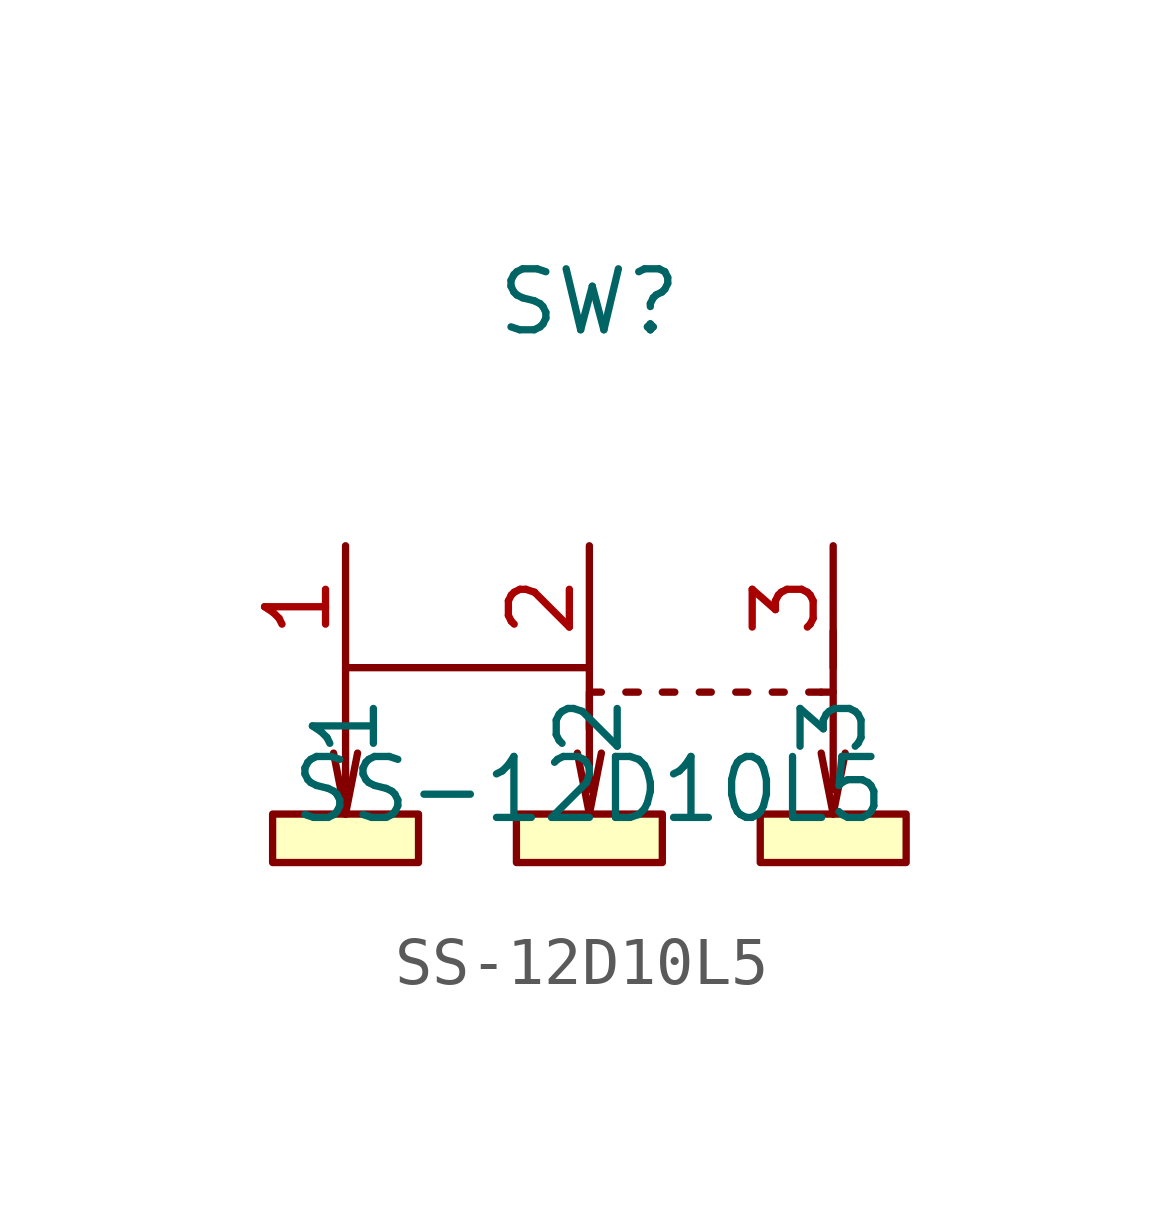
<source format=kicad_sym>
(kicad_symbol_lib
  (version 20241209)
  (generator "kicad_symbol_editor")
  (generator_version "9.0")
  (symbol "SS-12D10L5"
    (property "Reference" "SW"
      (at 0 7.62 0)
      (effects (font (size 1.27 1.27))))
    (property "Value" "SS-12D10L5"
      (at 0 -2.54 0)
      (effects (font (size 1.27 1.27))))
    (symbol "SS-12D10L5_0_1"
      (rectangle (start -6.6 -3.05) (end -3.56 -4.06) (stroke (width 0) (type default)) (fill (type background)))
      (polyline (pts (xy -5.08 -3.05) (xy -5.33 -1.78)) (stroke (width 0) (type default)) (fill (type none)))
      (polyline (pts (xy -5.08 -3.05) (xy -4.83 -1.78)) (stroke (width 0) (type default)) (fill (type none)))
      (polyline (pts (xy -5.08 -3.05) (xy -5.08 0) (xy -2.54 0) (xy 0 0)) (stroke (width 0) (type default)) (fill (type none)))
      (rectangle (start -1.52 -3.05) (end 1.52 -4.06) (stroke (width 0) (type default)) (fill (type background)))
      (polyline (pts (xy 0 0) (xy 0 -1.27)) (stroke (width 0) (type default)) (fill (type none)))
      (polyline (pts (xy 0 -2.54) (xy 0 -0.51) (xy 0.25 -0.51)) (stroke (width 0) (type default)) (fill (type none)))
      (polyline (pts (xy 0 -3.05) (xy -0.25 -1.78)) (stroke (width 0) (type default)) (fill (type none)))
      (polyline (pts (xy 0 -3.05) (xy 0.25 -1.78)) (stroke (width 0) (type default)) (fill (type none)))
      (polyline (pts (xy 0.76 -0.51) (xy 1.02 -0.51)) (stroke (width 0) (type default)) (fill (type none)))
      (polyline (pts (xy 1.52 -0.51) (xy 1.78 -0.51)) (stroke (width 0) (type default)) (fill (type none)))
      (polyline (pts (xy 2.29 -0.51) (xy 2.54 -0.51)) (stroke (width 0) (type default)) (fill (type none)))
      (polyline (pts (xy 3.05 -0.51) (xy 3.3 -0.51)) (stroke (width 0) (type default)) (fill (type none)))
      (rectangle (start 3.56 -3.05) (end 6.6 -4.06) (stroke (width 0) (type default)) (fill (type background)))
      (polyline (pts (xy 3.81 -0.51) (xy 4.06 -0.51)) (stroke (width 0) (type default)) (fill (type none)))
      (polyline (pts (xy 4.57 -0.51) (xy 4.83 -0.51)) (stroke (width 0) (type default)) (fill (type none)))
      (polyline (pts (xy 4.83 -0.51) (xy 5.08 -0.51) (xy 5.08 -2.54)) (stroke (width 0) (type default)) (fill (type none)))
      (polyline (pts (xy 5.08 0.76) (xy 5.08 -0.51)) (stroke (width 0) (type default)) (fill (type none)))
      (polyline (pts (xy 5.08 -3.05) (xy 4.83 -1.78)) (stroke (width 0) (type default)) (fill (type none)))
      (polyline (pts (xy 5.08 -3.05) (xy 5.33 -1.78)) (stroke (width 0) (type default)) (fill (type none)))
      (pin unspecified line (at -5.08 2.54 270) (length 2.54) (name "1" (effects (font (size 1.27 1.27)))) (number "1" (effects (font (size 1.27 1.27)))))
      (pin unspecified line (at 0 2.54 270) (length 2.54) (name "2" (effects (font (size 1.27 1.27)))) (number "2" (effects (font (size 1.27 1.27)))))
      (pin unspecified line (at 5.08 2.54 270) (length 2.54) (name "3" (effects (font (size 1.27 1.27)))) (number "3" (effects (font (size 1.27 1.27))))))))
</source>
